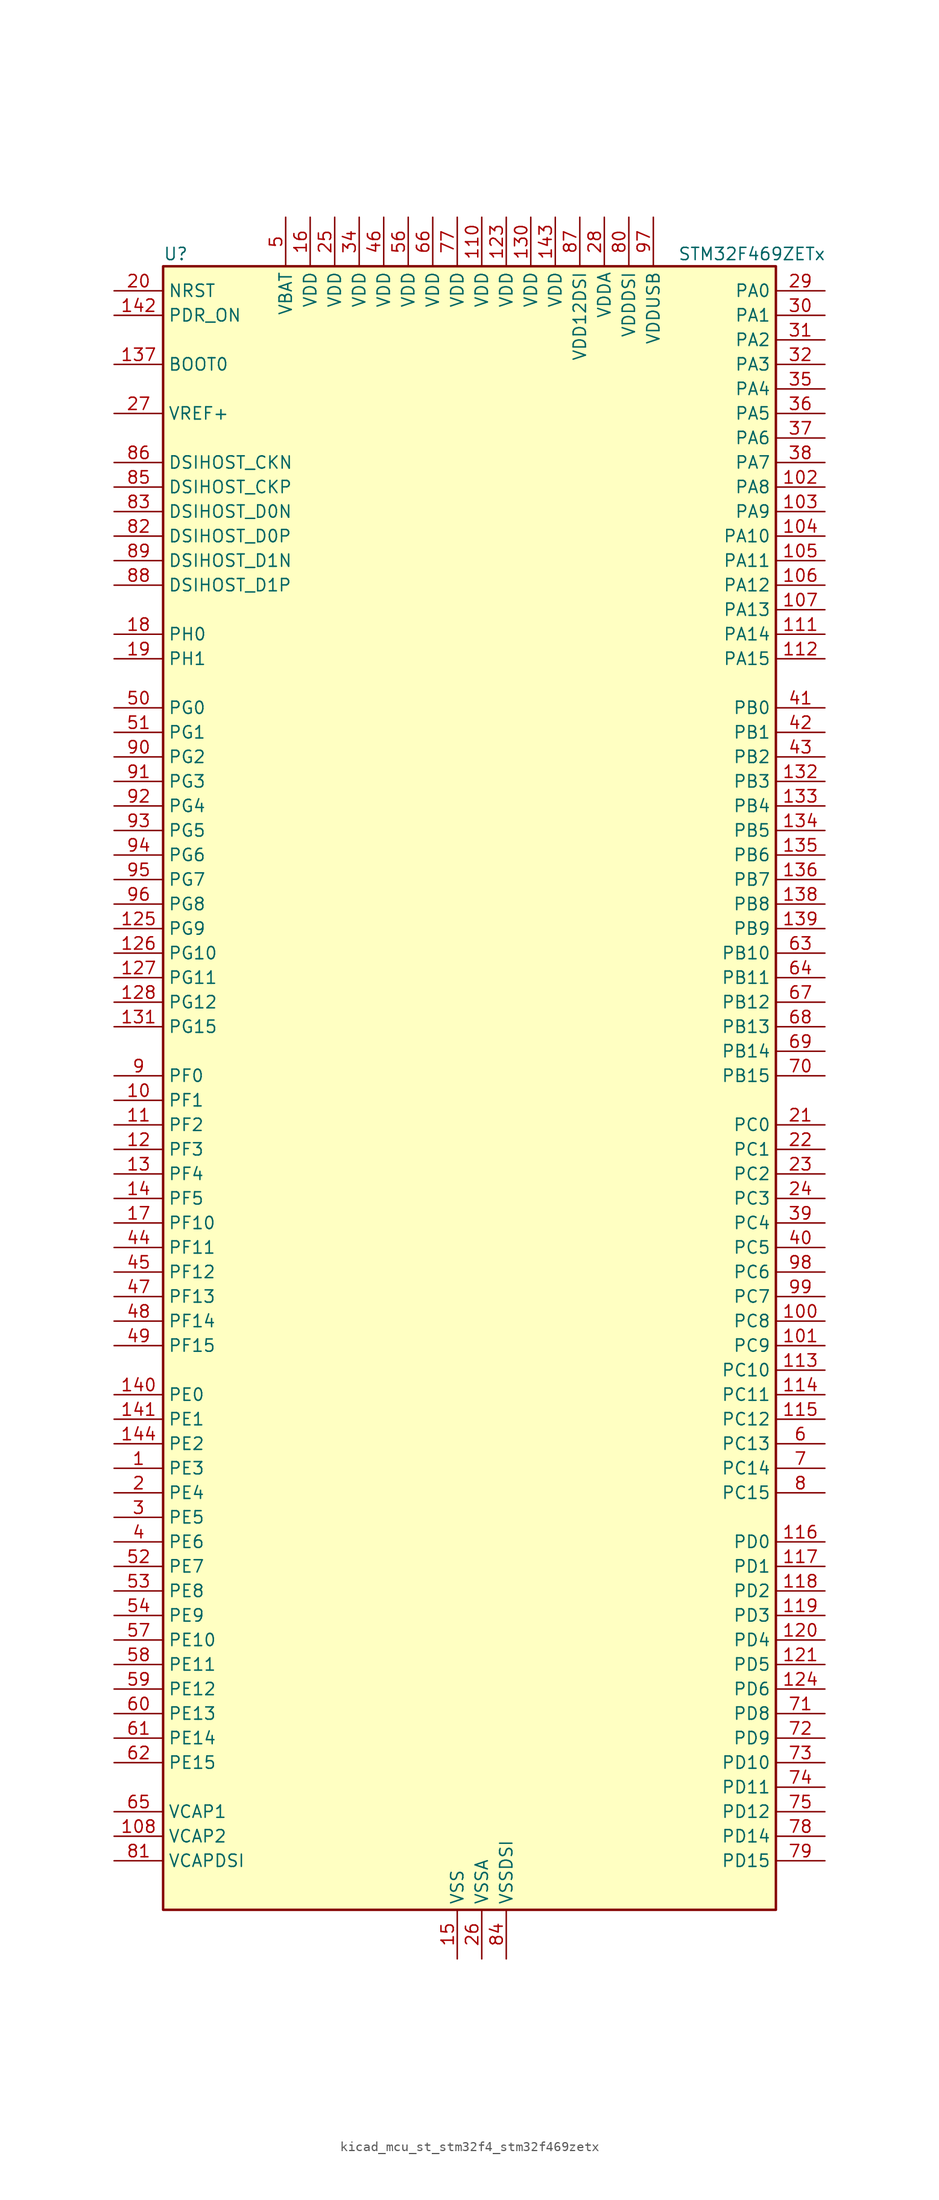
<source format=kicad_sym>
(kicad_symbol_lib
  (version 20220914)
  (generator kicad_symbol_editor)
  (symbol "kicad_mcu_st_stm32f4_stm32f469zetx"
    (property "Reference" "U"
      (at -30.48 87.63 0)
      (effects (font (size 1.27 1.27)) (justify left)))
    (property "Value" "STM32F469ZETx"
      (at 22.86 87.63 0)
      (effects (font (size 1.27 1.27)) (justify left)))
    (property "ki_locked" ""
      (at 0 0 0)
      (effects (font (size 1.27 1.27))))
    (symbol "kicad_mcu_st_stm32f4_stm32f469zetx_0_1"
      (rectangle (start -30.48 -83.82) (end 33.02 86.36) (stroke (width 0.254) (type default)) (fill (type background))))
    (symbol "kicad_mcu_st_stm32f4_stm32f469zetx_1_1"
      (pin bidirectional line (at -35.56 -38.1 0) (length 5.08) (name "PE3" (effects (font (size 1.27 1.27)))) (number "1" (effects (font (size 1.27 1.27)))) (alternate "FMC_A19" bidirectional line) (alternate "SAI1_SD_B" bidirectional line) (alternate "SYS_TRACED0" bidirectional line))
      (pin bidirectional line (at -35.56 0 0) (length 5.08) (name "PF1" (effects (font (size 1.27 1.27)))) (number "10" (effects (font (size 1.27 1.27)))) (alternate "FMC_A1" bidirectional line) (alternate "I2C2_SCL" bidirectional line))
      (pin bidirectional line (at 38.1 -22.86 180) (length 5.08) (name "PC8" (effects (font (size 1.27 1.27)))) (number "100" (effects (font (size 1.27 1.27)))) (alternate "DCMI_D2" bidirectional line) (alternate "SDIO_D0" bidirectional line) (alternate "SYS_TRACED1" bidirectional line) (alternate "TIM3_CH3" bidirectional line) (alternate "TIM8_CH3" bidirectional line) (alternate "USART6_CK" bidirectional line))
      (pin bidirectional line (at 38.1 -25.4 180) (length 5.08) (name "PC9" (effects (font (size 1.27 1.27)))) (number "101" (effects (font (size 1.27 1.27)))) (alternate "DAC_EXTI9" bidirectional line) (alternate "DCMI_D3" bidirectional line) (alternate "I2C3_SDA" bidirectional line) (alternate "I2S_CKIN" bidirectional line) (alternate "QUADSPI_BK1_IO0" bidirectional line) (alternate "RCC_MCO_2" bidirectional line) (alternate "SDIO_D1" bidirectional line) (alternate "TIM3_CH4" bidirectional line) (alternate "TIM8_CH4" bidirectional line))
      (pin bidirectional line (at 38.1 63.5 180) (length 5.08) (name "PA8" (effects (font (size 1.27 1.27)))) (number "102" (effects (font (size 1.27 1.27)))) (alternate "I2C3_SCL" bidirectional line) (alternate "LTDC_R6" bidirectional line) (alternate "RCC_MCO_1" bidirectional line) (alternate "TIM1_CH1" bidirectional line) (alternate "USART1_CK" bidirectional line) (alternate "USB_OTG_FS_SOF" bidirectional line))
      (pin bidirectional line (at 38.1 60.96 180) (length 5.08) (name "PA9" (effects (font (size 1.27 1.27)))) (number "103" (effects (font (size 1.27 1.27)))) (alternate "DAC_EXTI9" bidirectional line) (alternate "DCMI_D0" bidirectional line) (alternate "I2C3_SMBA" bidirectional line) (alternate "I2S2_CK" bidirectional line) (alternate "SPI2_SCK" bidirectional line) (alternate "TIM1_CH2" bidirectional line) (alternate "USART1_TX" bidirectional line) (alternate "USB_OTG_FS_VBUS" bidirectional line))
      (pin bidirectional line (at 38.1 58.42 180) (length 5.08) (name "PA10" (effects (font (size 1.27 1.27)))) (number "104" (effects (font (size 1.27 1.27)))) (alternate "DCMI_D1" bidirectional line) (alternate "TIM1_CH3" bidirectional line) (alternate "USART1_RX" bidirectional line) (alternate "USB_OTG_FS_ID" bidirectional line))
      (pin bidirectional line (at 38.1 55.88 180) (length 5.08) (name "PA11" (effects (font (size 1.27 1.27)))) (number "105" (effects (font (size 1.27 1.27)))) (alternate "ADC1_EXTI11" bidirectional line) (alternate "ADC2_EXTI11" bidirectional line) (alternate "ADC3_EXTI11" bidirectional line) (alternate "CAN1_RX" bidirectional line) (alternate "LTDC_R4" bidirectional line) (alternate "TIM1_CH4" bidirectional line) (alternate "USART1_CTS" bidirectional line) (alternate "USB_OTG_FS_DM" bidirectional line))
      (pin bidirectional line (at 38.1 53.34 180) (length 5.08) (name "PA12" (effects (font (size 1.27 1.27)))) (number "106" (effects (font (size 1.27 1.27)))) (alternate "CAN1_TX" bidirectional line) (alternate "LTDC_R5" bidirectional line) (alternate "TIM1_ETR" bidirectional line) (alternate "USART1_RTS" bidirectional line) (alternate "USB_OTG_FS_DP" bidirectional line))
      (pin bidirectional line (at 38.1 50.8 180) (length 5.08) (name "PA13" (effects (font (size 1.27 1.27)))) (number "107" (effects (font (size 1.27 1.27)))) (alternate "SYS_JTMS-SWDIO" bidirectional line))
      (pin power_out line (at -35.56 -76.2 0) (length 5.08) (name "VCAP2" (effects (font (size 1.27 1.27)))) (number "108" (effects (font (size 1.27 1.27)))))
      (pin passive line (at 0 -88.9 90) (length 5.08) hide (name "VSS" (effects (font (size 1.27 1.27)))) (number "109" (effects (font (size 1.27 1.27)))))
      (pin bidirectional line (at -35.56 -2.54 0) (length 5.08) (name "PF2" (effects (font (size 1.27 1.27)))) (number "11" (effects (font (size 1.27 1.27)))) (alternate "FMC_A2" bidirectional line) (alternate "I2C2_SMBA" bidirectional line))
      (pin power_in line (at 2.54 91.44 270) (length 5.08) (name "VDD" (effects (font (size 1.27 1.27)))) (number "110" (effects (font (size 1.27 1.27)))))
      (pin bidirectional line (at 38.1 48.26 180) (length 5.08) (name "PA14" (effects (font (size 1.27 1.27)))) (number "111" (effects (font (size 1.27 1.27)))) (alternate "SYS_JTCK-SWCLK" bidirectional line))
      (pin bidirectional line (at 38.1 45.72 180) (length 5.08) (name "PA15" (effects (font (size 1.27 1.27)))) (number "112" (effects (font (size 1.27 1.27)))) (alternate "ADC1_EXTI15" bidirectional line) (alternate "ADC2_EXTI15" bidirectional line) (alternate "ADC3_EXTI15" bidirectional line) (alternate "I2S3_WS" bidirectional line) (alternate "SPI1_NSS" bidirectional line) (alternate "SPI3_NSS" bidirectional line) (alternate "SYS_JTDI" bidirectional line) (alternate "TIM2_CH1" bidirectional line) (alternate "TIM2_ETR" bidirectional line))
      (pin bidirectional line (at 38.1 -27.94 180) (length 5.08) (name "PC10" (effects (font (size 1.27 1.27)))) (number "113" (effects (font (size 1.27 1.27)))) (alternate "DCMI_D8" bidirectional line) (alternate "I2S3_CK" bidirectional line) (alternate "LTDC_R2" bidirectional line) (alternate "QUADSPI_BK1_IO1" bidirectional line) (alternate "SDIO_D2" bidirectional line) (alternate "SPI3_SCK" bidirectional line) (alternate "UART4_TX" bidirectional line) (alternate "USART3_TX" bidirectional line))
      (pin bidirectional line (at 38.1 -30.48 180) (length 5.08) (name "PC11" (effects (font (size 1.27 1.27)))) (number "114" (effects (font (size 1.27 1.27)))) (alternate "ADC1_EXTI11" bidirectional line) (alternate "ADC2_EXTI11" bidirectional line) (alternate "ADC3_EXTI11" bidirectional line) (alternate "DCMI_D4" bidirectional line) (alternate "I2S3_ext_SD" bidirectional line) (alternate "QUADSPI_BK2_NCS" bidirectional line) (alternate "SDIO_D3" bidirectional line) (alternate "SPI3_MISO" bidirectional line) (alternate "UART4_RX" bidirectional line) (alternate "USART3_RX" bidirectional line))
      (pin bidirectional line (at 38.1 -33.02 180) (length 5.08) (name "PC12" (effects (font (size 1.27 1.27)))) (number "115" (effects (font (size 1.27 1.27)))) (alternate "DCMI_D9" bidirectional line) (alternate "I2S3_SD" bidirectional line) (alternate "SDIO_CK" bidirectional line) (alternate "SPI3_MOSI" bidirectional line) (alternate "SYS_TRACED3" bidirectional line) (alternate "UART5_TX" bidirectional line) (alternate "USART3_CK" bidirectional line))
      (pin bidirectional line (at 38.1 -45.72 180) (length 5.08) (name "PD0" (effects (font (size 1.27 1.27)))) (number "116" (effects (font (size 1.27 1.27)))) (alternate "CAN1_RX" bidirectional line) (alternate "FMC_D2" bidirectional line) (alternate "FMC_DA2" bidirectional line))
      (pin bidirectional line (at 38.1 -48.26 180) (length 5.08) (name "PD1" (effects (font (size 1.27 1.27)))) (number "117" (effects (font (size 1.27 1.27)))) (alternate "CAN1_TX" bidirectional line) (alternate "FMC_D3" bidirectional line) (alternate "FMC_DA3" bidirectional line))
      (pin bidirectional line (at 38.1 -50.8 180) (length 5.08) (name "PD2" (effects (font (size 1.27 1.27)))) (number "118" (effects (font (size 1.27 1.27)))) (alternate "DCMI_D11" bidirectional line) (alternate "SDIO_CMD" bidirectional line) (alternate "SYS_TRACED2" bidirectional line) (alternate "TIM3_ETR" bidirectional line) (alternate "UART5_RX" bidirectional line))
      (pin bidirectional line (at 38.1 -53.34 180) (length 5.08) (name "PD3" (effects (font (size 1.27 1.27)))) (number "119" (effects (font (size 1.27 1.27)))) (alternate "DCMI_D5" bidirectional line) (alternate "FMC_CLK" bidirectional line) (alternate "I2S2_CK" bidirectional line) (alternate "LTDC_G7" bidirectional line) (alternate "SPI2_SCK" bidirectional line) (alternate "USART2_CTS" bidirectional line))
      (pin bidirectional line (at -35.56 -5.08 0) (length 5.08) (name "PF3" (effects (font (size 1.27 1.27)))) (number "12" (effects (font (size 1.27 1.27)))) (alternate "ADC3_IN9" bidirectional line) (alternate "FMC_A3" bidirectional line))
      (pin bidirectional line (at 38.1 -55.88 180) (length 5.08) (name "PD4" (effects (font (size 1.27 1.27)))) (number "120" (effects (font (size 1.27 1.27)))) (alternate "FMC_NOE" bidirectional line) (alternate "USART2_RTS" bidirectional line))
      (pin bidirectional line (at 38.1 -58.42 180) (length 5.08) (name "PD5" (effects (font (size 1.27 1.27)))) (number "121" (effects (font (size 1.27 1.27)))) (alternate "FMC_NWE" bidirectional line) (alternate "USART2_TX" bidirectional line))
      (pin passive line (at 0 -88.9 90) (length 5.08) hide (name "VSS" (effects (font (size 1.27 1.27)))) (number "122" (effects (font (size 1.27 1.27)))))
      (pin power_in line (at 5.08 91.44 270) (length 5.08) (name "VDD" (effects (font (size 1.27 1.27)))) (number "123" (effects (font (size 1.27 1.27)))))
      (pin bidirectional line (at 38.1 -60.96 180) (length 5.08) (name "PD6" (effects (font (size 1.27 1.27)))) (number "124" (effects (font (size 1.27 1.27)))) (alternate "DCMI_D10" bidirectional line) (alternate "FMC_NWAIT" bidirectional line) (alternate "I2S3_SD" bidirectional line) (alternate "LTDC_B2" bidirectional line) (alternate "SAI1_SD_A" bidirectional line) (alternate "SPI3_MOSI" bidirectional line) (alternate "USART2_RX" bidirectional line))
      (pin bidirectional line (at -35.56 17.78 0) (length 5.08) (name "PG9" (effects (font (size 1.27 1.27)))) (number "125" (effects (font (size 1.27 1.27)))) (alternate "DAC_EXTI9" bidirectional line) (alternate "DCMI_VSYNC" bidirectional line) (alternate "FMC_NCE" bidirectional line) (alternate "FMC_NE2" bidirectional line) (alternate "QUADSPI_BK2_IO2" bidirectional line) (alternate "USART6_RX" bidirectional line))
      (pin bidirectional line (at -35.56 15.24 0) (length 5.08) (name "PG10" (effects (font (size 1.27 1.27)))) (number "126" (effects (font (size 1.27 1.27)))) (alternate "DCMI_D2" bidirectional line) (alternate "FMC_NE3" bidirectional line) (alternate "LTDC_B2" bidirectional line) (alternate "LTDC_G3" bidirectional line))
      (pin bidirectional line (at -35.56 12.7 0) (length 5.08) (name "PG11" (effects (font (size 1.27 1.27)))) (number "127" (effects (font (size 1.27 1.27)))) (alternate "ADC1_EXTI11" bidirectional line) (alternate "ADC2_EXTI11" bidirectional line) (alternate "ADC3_EXTI11" bidirectional line) (alternate "DCMI_D3" bidirectional line) (alternate "LTDC_B3" bidirectional line))
      (pin bidirectional line (at -35.56 10.16 0) (length 5.08) (name "PG12" (effects (font (size 1.27 1.27)))) (number "128" (effects (font (size 1.27 1.27)))) (alternate "FMC_NE4" bidirectional line) (alternate "LTDC_B1" bidirectional line) (alternate "LTDC_B4" bidirectional line) (alternate "USART6_RTS" bidirectional line))
      (pin passive line (at 0 -88.9 90) (length 5.08) hide (name "VSS" (effects (font (size 1.27 1.27)))) (number "129" (effects (font (size 1.27 1.27)))))
      (pin bidirectional line (at -35.56 -7.62 0) (length 5.08) (name "PF4" (effects (font (size 1.27 1.27)))) (number "13" (effects (font (size 1.27 1.27)))) (alternate "ADC3_IN14" bidirectional line) (alternate "FMC_A4" bidirectional line))
      (pin power_in line (at 7.62 91.44 270) (length 5.08) (name "VDD" (effects (font (size 1.27 1.27)))) (number "130" (effects (font (size 1.27 1.27)))))
      (pin bidirectional line (at -35.56 7.62 0) (length 5.08) (name "PG15" (effects (font (size 1.27 1.27)))) (number "131" (effects (font (size 1.27 1.27)))) (alternate "ADC1_EXTI15" bidirectional line) (alternate "ADC2_EXTI15" bidirectional line) (alternate "ADC3_EXTI15" bidirectional line) (alternate "DCMI_D13" bidirectional line) (alternate "FMC_SDNCAS" bidirectional line) (alternate "USART6_CTS" bidirectional line))
      (pin bidirectional line (at 38.1 33.02 180) (length 5.08) (name "PB3" (effects (font (size 1.27 1.27)))) (number "132" (effects (font (size 1.27 1.27)))) (alternate "I2S3_CK" bidirectional line) (alternate "SPI1_SCK" bidirectional line) (alternate "SPI3_SCK" bidirectional line) (alternate "SYS_JTDO-SWO" bidirectional line) (alternate "TIM2_CH2" bidirectional line))
      (pin bidirectional line (at 38.1 30.48 180) (length 5.08) (name "PB4" (effects (font (size 1.27 1.27)))) (number "133" (effects (font (size 1.27 1.27)))) (alternate "I2S3_ext_SD" bidirectional line) (alternate "SPI1_MISO" bidirectional line) (alternate "SPI3_MISO" bidirectional line) (alternate "SYS_JTRST" bidirectional line) (alternate "TIM3_CH1" bidirectional line))
      (pin bidirectional line (at 38.1 27.94 180) (length 5.08) (name "PB5" (effects (font (size 1.27 1.27)))) (number "134" (effects (font (size 1.27 1.27)))) (alternate "CAN2_RX" bidirectional line) (alternate "DCMI_D10" bidirectional line) (alternate "FMC_SDCKE1" bidirectional line) (alternate "I2C1_SMBA" bidirectional line) (alternate "I2S3_SD" bidirectional line) (alternate "LTDC_G7" bidirectional line) (alternate "SPI1_MOSI" bidirectional line) (alternate "SPI3_MOSI" bidirectional line) (alternate "TIM3_CH2" bidirectional line) (alternate "USB_OTG_HS_ULPI_D7" bidirectional line))
      (pin bidirectional line (at 38.1 25.4 180) (length 5.08) (name "PB6" (effects (font (size 1.27 1.27)))) (number "135" (effects (font (size 1.27 1.27)))) (alternate "CAN2_TX" bidirectional line) (alternate "DCMI_D5" bidirectional line) (alternate "FMC_SDNE1" bidirectional line) (alternate "I2C1_SCL" bidirectional line) (alternate "QUADSPI_BK1_NCS" bidirectional line) (alternate "TIM4_CH1" bidirectional line) (alternate "USART1_TX" bidirectional line))
      (pin bidirectional line (at 38.1 22.86 180) (length 5.08) (name "PB7" (effects (font (size 1.27 1.27)))) (number "136" (effects (font (size 1.27 1.27)))) (alternate "DCMI_VSYNC" bidirectional line) (alternate "FMC_NL" bidirectional line) (alternate "I2C1_SDA" bidirectional line) (alternate "TIM4_CH2" bidirectional line) (alternate "USART1_RX" bidirectional line))
      (pin input line (at -35.56 76.2 0) (length 5.08) (name "BOOT0" (effects (font (size 1.27 1.27)))) (number "137" (effects (font (size 1.27 1.27)))))
      (pin bidirectional line (at 38.1 20.32 180) (length 5.08) (name "PB8" (effects (font (size 1.27 1.27)))) (number "138" (effects (font (size 1.27 1.27)))) (alternate "CAN1_RX" bidirectional line) (alternate "DCMI_D6" bidirectional line) (alternate "I2C1_SCL" bidirectional line) (alternate "LTDC_B6" bidirectional line) (alternate "SDIO_D4" bidirectional line) (alternate "TIM10_CH1" bidirectional line) (alternate "TIM4_CH3" bidirectional line))
      (pin bidirectional line (at 38.1 17.78 180) (length 5.08) (name "PB9" (effects (font (size 1.27 1.27)))) (number "139" (effects (font (size 1.27 1.27)))) (alternate "CAN1_TX" bidirectional line) (alternate "DAC_EXTI9" bidirectional line) (alternate "DCMI_D7" bidirectional line) (alternate "I2C1_SDA" bidirectional line) (alternate "I2S2_WS" bidirectional line) (alternate "LTDC_B7" bidirectional line) (alternate "SDIO_D5" bidirectional line) (alternate "SPI2_NSS" bidirectional line) (alternate "TIM11_CH1" bidirectional line) (alternate "TIM4_CH4" bidirectional line))
      (pin bidirectional line (at -35.56 -10.16 0) (length 5.08) (name "PF5" (effects (font (size 1.27 1.27)))) (number "14" (effects (font (size 1.27 1.27)))) (alternate "ADC3_IN15" bidirectional line) (alternate "FMC_A5" bidirectional line))
      (pin bidirectional line (at -35.56 -30.48 0) (length 5.08) (name "PE0" (effects (font (size 1.27 1.27)))) (number "140" (effects (font (size 1.27 1.27)))) (alternate "DCMI_D2" bidirectional line) (alternate "FMC_NBL0" bidirectional line) (alternate "TIM4_ETR" bidirectional line) (alternate "UART8_RX" bidirectional line))
      (pin bidirectional line (at -35.56 -33.02 0) (length 5.08) (name "PE1" (effects (font (size 1.27 1.27)))) (number "141" (effects (font (size 1.27 1.27)))) (alternate "DCMI_D3" bidirectional line) (alternate "FMC_NBL1" bidirectional line) (alternate "UART8_TX" bidirectional line))
      (pin input line (at -35.56 81.28 0) (length 5.08) (name "PDR_ON" (effects (font (size 1.27 1.27)))) (number "142" (effects (font (size 1.27 1.27)))))
      (pin power_in line (at 10.16 91.44 270) (length 5.08) (name "VDD" (effects (font (size 1.27 1.27)))) (number "143" (effects (font (size 1.27 1.27)))))
      (pin bidirectional line (at -35.56 -35.56 0) (length 5.08) (name "PE2" (effects (font (size 1.27 1.27)))) (number "144" (effects (font (size 1.27 1.27)))) (alternate "FMC_A23" bidirectional line) (alternate "QUADSPI_BK1_IO2" bidirectional line) (alternate "SAI1_MCLK_A" bidirectional line) (alternate "SPI4_SCK" bidirectional line) (alternate "SYS_TRACECLK" bidirectional line))
      (pin power_in line (at 0 -88.9 90) (length 5.08) (name "VSS" (effects (font (size 1.27 1.27)))) (number "15" (effects (font (size 1.27 1.27)))))
      (pin power_in line (at -15.24 91.44 270) (length 5.08) (name "VDD" (effects (font (size 1.27 1.27)))) (number "16" (effects (font (size 1.27 1.27)))))
      (pin bidirectional line (at -35.56 -12.7 0) (length 5.08) (name "PF10" (effects (font (size 1.27 1.27)))) (number "17" (effects (font (size 1.27 1.27)))) (alternate "ADC3_IN8" bidirectional line) (alternate "DCMI_D11" bidirectional line) (alternate "LTDC_DE" bidirectional line) (alternate "QUADSPI_CLK" bidirectional line))
      (pin bidirectional line (at -35.56 48.26 0) (length 5.08) (name "PH0" (effects (font (size 1.27 1.27)))) (number "18" (effects (font (size 1.27 1.27)))) (alternate "RCC_OSC_IN" bidirectional line))
      (pin bidirectional line (at -35.56 45.72 0) (length 5.08) (name "PH1" (effects (font (size 1.27 1.27)))) (number "19" (effects (font (size 1.27 1.27)))) (alternate "RCC_OSC_OUT" bidirectional line))
      (pin bidirectional line (at -35.56 -40.64 0) (length 5.08) (name "PE4" (effects (font (size 1.27 1.27)))) (number "2" (effects (font (size 1.27 1.27)))) (alternate "DCMI_D4" bidirectional line) (alternate "FMC_A20" bidirectional line) (alternate "LTDC_B0" bidirectional line) (alternate "SAI1_FS_A" bidirectional line) (alternate "SPI4_NSS" bidirectional line) (alternate "SYS_TRACED1" bidirectional line))
      (pin input line (at -35.56 83.82 0) (length 5.08) (name "NRST" (effects (font (size 1.27 1.27)))) (number "20" (effects (font (size 1.27 1.27)))))
      (pin bidirectional line (at 38.1 -2.54 180) (length 5.08) (name "PC0" (effects (font (size 1.27 1.27)))) (number "21" (effects (font (size 1.27 1.27)))) (alternate "ADC1_IN10" bidirectional line) (alternate "ADC2_IN10" bidirectional line) (alternate "ADC3_IN10" bidirectional line) (alternate "FMC_SDNWE" bidirectional line) (alternate "LTDC_R5" bidirectional line) (alternate "USB_OTG_HS_ULPI_STP" bidirectional line))
      (pin bidirectional line (at 38.1 -5.08 180) (length 5.08) (name "PC1" (effects (font (size 1.27 1.27)))) (number "22" (effects (font (size 1.27 1.27)))) (alternate "ADC1_IN11" bidirectional line) (alternate "ADC2_IN11" bidirectional line) (alternate "ADC3_IN11" bidirectional line) (alternate "I2S2_SD" bidirectional line) (alternate "SAI1_SD_A" bidirectional line) (alternate "SPI2_MOSI" bidirectional line) (alternate "SYS_TRACED0" bidirectional line))
      (pin bidirectional line (at 38.1 -7.62 180) (length 5.08) (name "PC2" (effects (font (size 1.27 1.27)))) (number "23" (effects (font (size 1.27 1.27)))) (alternate "ADC1_IN12" bidirectional line) (alternate "ADC2_IN12" bidirectional line) (alternate "ADC3_IN12" bidirectional line) (alternate "FMC_SDNE0" bidirectional line) (alternate "I2S2_ext_SD" bidirectional line) (alternate "SPI2_MISO" bidirectional line) (alternate "USB_OTG_HS_ULPI_DIR" bidirectional line))
      (pin bidirectional line (at 38.1 -10.16 180) (length 5.08) (name "PC3" (effects (font (size 1.27 1.27)))) (number "24" (effects (font (size 1.27 1.27)))) (alternate "ADC1_IN13" bidirectional line) (alternate "ADC2_IN13" bidirectional line) (alternate "ADC3_IN13" bidirectional line) (alternate "FMC_SDCKE0" bidirectional line) (alternate "I2S2_SD" bidirectional line) (alternate "SPI2_MOSI" bidirectional line) (alternate "USB_OTG_HS_ULPI_NXT" bidirectional line))
      (pin power_in line (at -12.7 91.44 270) (length 5.08) (name "VDD" (effects (font (size 1.27 1.27)))) (number "25" (effects (font (size 1.27 1.27)))))
      (pin power_in line (at 2.54 -88.9 90) (length 5.08) (name "VSSA" (effects (font (size 1.27 1.27)))) (number "26" (effects (font (size 1.27 1.27)))))
      (pin input line (at -35.56 71.12 0) (length 5.08) (name "VREF+" (effects (font (size 1.27 1.27)))) (number "27" (effects (font (size 1.27 1.27)))))
      (pin power_in line (at 15.24 91.44 270) (length 5.08) (name "VDDA" (effects (font (size 1.27 1.27)))) (number "28" (effects (font (size 1.27 1.27)))))
      (pin bidirectional line (at 38.1 83.82 180) (length 5.08) (name "PA0" (effects (font (size 1.27 1.27)))) (number "29" (effects (font (size 1.27 1.27)))) (alternate "ADC1_IN0" bidirectional line) (alternate "ADC2_IN0" bidirectional line) (alternate "ADC3_IN0" bidirectional line) (alternate "SYS_WKUP" bidirectional line) (alternate "TIM2_CH1" bidirectional line) (alternate "TIM2_ETR" bidirectional line) (alternate "TIM5_CH1" bidirectional line) (alternate "TIM8_ETR" bidirectional line) (alternate "UART4_TX" bidirectional line) (alternate "USART2_CTS" bidirectional line))
      (pin bidirectional line (at -35.56 -43.18 0) (length 5.08) (name "PE5" (effects (font (size 1.27 1.27)))) (number "3" (effects (font (size 1.27 1.27)))) (alternate "DCMI_D6" bidirectional line) (alternate "FMC_A21" bidirectional line) (alternate "LTDC_G0" bidirectional line) (alternate "SAI1_SCK_A" bidirectional line) (alternate "SPI4_MISO" bidirectional line) (alternate "SYS_TRACED2" bidirectional line) (alternate "TIM9_CH1" bidirectional line))
      (pin bidirectional line (at 38.1 81.28 180) (length 5.08) (name "PA1" (effects (font (size 1.27 1.27)))) (number "30" (effects (font (size 1.27 1.27)))) (alternate "ADC1_IN1" bidirectional line) (alternate "ADC2_IN1" bidirectional line) (alternate "ADC3_IN1" bidirectional line) (alternate "LTDC_R2" bidirectional line) (alternate "QUADSPI_BK1_IO3" bidirectional line) (alternate "TIM2_CH2" bidirectional line) (alternate "TIM5_CH2" bidirectional line) (alternate "UART4_RX" bidirectional line) (alternate "USART2_RTS" bidirectional line))
      (pin bidirectional line (at 38.1 78.74 180) (length 5.08) (name "PA2" (effects (font (size 1.27 1.27)))) (number "31" (effects (font (size 1.27 1.27)))) (alternate "ADC1_IN2" bidirectional line) (alternate "ADC2_IN2" bidirectional line) (alternate "ADC3_IN2" bidirectional line) (alternate "LTDC_R1" bidirectional line) (alternate "TIM2_CH3" bidirectional line) (alternate "TIM5_CH3" bidirectional line) (alternate "TIM9_CH1" bidirectional line) (alternate "USART2_TX" bidirectional line))
      (pin bidirectional line (at 38.1 76.2 180) (length 5.08) (name "PA3" (effects (font (size 1.27 1.27)))) (number "32" (effects (font (size 1.27 1.27)))) (alternate "ADC1_IN3" bidirectional line) (alternate "ADC2_IN3" bidirectional line) (alternate "ADC3_IN3" bidirectional line) (alternate "LTDC_B2" bidirectional line) (alternate "LTDC_B5" bidirectional line) (alternate "TIM2_CH4" bidirectional line) (alternate "TIM5_CH4" bidirectional line) (alternate "TIM9_CH2" bidirectional line) (alternate "USART2_RX" bidirectional line) (alternate "USB_OTG_HS_ULPI_D0" bidirectional line))
      (pin passive line (at 0 -88.9 90) (length 5.08) hide (name "VSS" (effects (font (size 1.27 1.27)))) (number "33" (effects (font (size 1.27 1.27)))))
      (pin power_in line (at -10.16 91.44 270) (length 5.08) (name "VDD" (effects (font (size 1.27 1.27)))) (number "34" (effects (font (size 1.27 1.27)))))
      (pin bidirectional line (at 38.1 73.66 180) (length 5.08) (name "PA4" (effects (font (size 1.27 1.27)))) (number "35" (effects (font (size 1.27 1.27)))) (alternate "ADC1_IN4" bidirectional line) (alternate "ADC2_IN4" bidirectional line) (alternate "DAC_OUT1" bidirectional line) (alternate "DCMI_HSYNC" bidirectional line) (alternate "I2S3_WS" bidirectional line) (alternate "LTDC_VSYNC" bidirectional line) (alternate "SPI1_NSS" bidirectional line) (alternate "SPI3_NSS" bidirectional line) (alternate "USART2_CK" bidirectional line) (alternate "USB_OTG_HS_SOF" bidirectional line))
      (pin bidirectional line (at 38.1 71.12 180) (length 5.08) (name "PA5" (effects (font (size 1.27 1.27)))) (number "36" (effects (font (size 1.27 1.27)))) (alternate "ADC1_IN5" bidirectional line) (alternate "ADC2_IN5" bidirectional line) (alternate "DAC_OUT2" bidirectional line) (alternate "LTDC_R4" bidirectional line) (alternate "SPI1_SCK" bidirectional line) (alternate "TIM2_CH1" bidirectional line) (alternate "TIM2_ETR" bidirectional line) (alternate "TIM8_CH1N" bidirectional line) (alternate "USB_OTG_HS_ULPI_CK" bidirectional line))
      (pin bidirectional line (at 38.1 68.58 180) (length 5.08) (name "PA6" (effects (font (size 1.27 1.27)))) (number "37" (effects (font (size 1.27 1.27)))) (alternate "ADC1_IN6" bidirectional line) (alternate "ADC2_IN6" bidirectional line) (alternate "DCMI_PIXCLK" bidirectional line) (alternate "LTDC_G2" bidirectional line) (alternate "SPI1_MISO" bidirectional line) (alternate "TIM13_CH1" bidirectional line) (alternate "TIM1_BKIN" bidirectional line) (alternate "TIM3_CH1" bidirectional line) (alternate "TIM8_BKIN" bidirectional line))
      (pin bidirectional line (at 38.1 66.04 180) (length 5.08) (name "PA7" (effects (font (size 1.27 1.27)))) (number "38" (effects (font (size 1.27 1.27)))) (alternate "ADC1_IN7" bidirectional line) (alternate "ADC2_IN7" bidirectional line) (alternate "FMC_SDNWE" bidirectional line) (alternate "QUADSPI_CLK" bidirectional line) (alternate "SPI1_MOSI" bidirectional line) (alternate "TIM14_CH1" bidirectional line) (alternate "TIM1_CH1N" bidirectional line) (alternate "TIM3_CH2" bidirectional line) (alternate "TIM8_CH1N" bidirectional line))
      (pin bidirectional line (at 38.1 -12.7 180) (length 5.08) (name "PC4" (effects (font (size 1.27 1.27)))) (number "39" (effects (font (size 1.27 1.27)))) (alternate "ADC1_IN14" bidirectional line) (alternate "ADC2_IN14" bidirectional line) (alternate "FMC_SDNE0" bidirectional line))
      (pin bidirectional line (at -35.56 -45.72 0) (length 5.08) (name "PE6" (effects (font (size 1.27 1.27)))) (number "4" (effects (font (size 1.27 1.27)))) (alternate "DCMI_D7" bidirectional line) (alternate "FMC_A22" bidirectional line) (alternate "LTDC_G1" bidirectional line) (alternate "SAI1_SD_A" bidirectional line) (alternate "SPI4_MOSI" bidirectional line) (alternate "SYS_TRACED3" bidirectional line) (alternate "TIM9_CH2" bidirectional line))
      (pin bidirectional line (at 38.1 -15.24 180) (length 5.08) (name "PC5" (effects (font (size 1.27 1.27)))) (number "40" (effects (font (size 1.27 1.27)))) (alternate "ADC1_IN15" bidirectional line) (alternate "ADC2_IN15" bidirectional line) (alternate "FMC_SDCKE0" bidirectional line))
      (pin bidirectional line (at 38.1 40.64 180) (length 5.08) (name "PB0" (effects (font (size 1.27 1.27)))) (number "41" (effects (font (size 1.27 1.27)))) (alternate "ADC1_IN8" bidirectional line) (alternate "ADC2_IN8" bidirectional line) (alternate "LTDC_G1" bidirectional line) (alternate "LTDC_R3" bidirectional line) (alternate "TIM1_CH2N" bidirectional line) (alternate "TIM3_CH3" bidirectional line) (alternate "TIM8_CH2N" bidirectional line) (alternate "USB_OTG_HS_ULPI_D1" bidirectional line))
      (pin bidirectional line (at 38.1 38.1 180) (length 5.08) (name "PB1" (effects (font (size 1.27 1.27)))) (number "42" (effects (font (size 1.27 1.27)))) (alternate "ADC1_IN9" bidirectional line) (alternate "ADC2_IN9" bidirectional line) (alternate "LTDC_G0" bidirectional line) (alternate "LTDC_R6" bidirectional line) (alternate "TIM1_CH3N" bidirectional line) (alternate "TIM3_CH4" bidirectional line) (alternate "TIM8_CH3N" bidirectional line) (alternate "USB_OTG_HS_ULPI_D2" bidirectional line))
      (pin bidirectional line (at 38.1 35.56 180) (length 5.08) (name "PB2" (effects (font (size 1.27 1.27)))) (number "43" (effects (font (size 1.27 1.27)))))
      (pin bidirectional line (at -35.56 -15.24 0) (length 5.08) (name "PF11" (effects (font (size 1.27 1.27)))) (number "44" (effects (font (size 1.27 1.27)))) (alternate "ADC1_EXTI11" bidirectional line) (alternate "ADC2_EXTI11" bidirectional line) (alternate "ADC3_EXTI11" bidirectional line) (alternate "DCMI_D12" bidirectional line) (alternate "FMC_SDNRAS" bidirectional line))
      (pin bidirectional line (at -35.56 -17.78 0) (length 5.08) (name "PF12" (effects (font (size 1.27 1.27)))) (number "45" (effects (font (size 1.27 1.27)))) (alternate "FMC_A6" bidirectional line))
      (pin power_in line (at -7.62 91.44 270) (length 5.08) (name "VDD" (effects (font (size 1.27 1.27)))) (number "46" (effects (font (size 1.27 1.27)))))
      (pin bidirectional line (at -35.56 -20.32 0) (length 5.08) (name "PF13" (effects (font (size 1.27 1.27)))) (number "47" (effects (font (size 1.27 1.27)))) (alternate "FMC_A7" bidirectional line))
      (pin bidirectional line (at -35.56 -22.86 0) (length 5.08) (name "PF14" (effects (font (size 1.27 1.27)))) (number "48" (effects (font (size 1.27 1.27)))) (alternate "FMC_A8" bidirectional line))
      (pin bidirectional line (at -35.56 -25.4 0) (length 5.08) (name "PF15" (effects (font (size 1.27 1.27)))) (number "49" (effects (font (size 1.27 1.27)))) (alternate "ADC1_EXTI15" bidirectional line) (alternate "ADC2_EXTI15" bidirectional line) (alternate "ADC3_EXTI15" bidirectional line) (alternate "FMC_A9" bidirectional line))
      (pin power_in line (at -17.78 91.44 270) (length 5.08) (name "VBAT" (effects (font (size 1.27 1.27)))) (number "5" (effects (font (size 1.27 1.27)))))
      (pin bidirectional line (at -35.56 40.64 0) (length 5.08) (name "PG0" (effects (font (size 1.27 1.27)))) (number "50" (effects (font (size 1.27 1.27)))) (alternate "FMC_A10" bidirectional line))
      (pin bidirectional line (at -35.56 38.1 0) (length 5.08) (name "PG1" (effects (font (size 1.27 1.27)))) (number "51" (effects (font (size 1.27 1.27)))) (alternate "FMC_A11" bidirectional line))
      (pin bidirectional line (at -35.56 -48.26 0) (length 5.08) (name "PE7" (effects (font (size 1.27 1.27)))) (number "52" (effects (font (size 1.27 1.27)))) (alternate "FMC_D4" bidirectional line) (alternate "FMC_DA4" bidirectional line) (alternate "QUADSPI_BK2_IO0" bidirectional line) (alternate "TIM1_ETR" bidirectional line) (alternate "UART7_RX" bidirectional line))
      (pin bidirectional line (at -35.56 -50.8 0) (length 5.08) (name "PE8" (effects (font (size 1.27 1.27)))) (number "53" (effects (font (size 1.27 1.27)))) (alternate "FMC_D5" bidirectional line) (alternate "FMC_DA5" bidirectional line) (alternate "QUADSPI_BK2_IO1" bidirectional line) (alternate "TIM1_CH1N" bidirectional line) (alternate "UART7_TX" bidirectional line))
      (pin bidirectional line (at -35.56 -53.34 0) (length 5.08) (name "PE9" (effects (font (size 1.27 1.27)))) (number "54" (effects (font (size 1.27 1.27)))) (alternate "DAC_EXTI9" bidirectional line) (alternate "FMC_D6" bidirectional line) (alternate "FMC_DA6" bidirectional line) (alternate "QUADSPI_BK2_IO2" bidirectional line) (alternate "TIM1_CH1" bidirectional line))
      (pin passive line (at 0 -88.9 90) (length 5.08) hide (name "VSS" (effects (font (size 1.27 1.27)))) (number "55" (effects (font (size 1.27 1.27)))))
      (pin power_in line (at -5.08 91.44 270) (length 5.08) (name "VDD" (effects (font (size 1.27 1.27)))) (number "56" (effects (font (size 1.27 1.27)))))
      (pin bidirectional line (at -35.56 -55.88 0) (length 5.08) (name "PE10" (effects (font (size 1.27 1.27)))) (number "57" (effects (font (size 1.27 1.27)))) (alternate "FMC_D7" bidirectional line) (alternate "FMC_DA7" bidirectional line) (alternate "QUADSPI_BK2_IO3" bidirectional line) (alternate "TIM1_CH2N" bidirectional line))
      (pin bidirectional line (at -35.56 -58.42 0) (length 5.08) (name "PE11" (effects (font (size 1.27 1.27)))) (number "58" (effects (font (size 1.27 1.27)))) (alternate "ADC1_EXTI11" bidirectional line) (alternate "ADC2_EXTI11" bidirectional line) (alternate "ADC3_EXTI11" bidirectional line) (alternate "FMC_D8" bidirectional line) (alternate "FMC_DA8" bidirectional line) (alternate "LTDC_G3" bidirectional line) (alternate "SPI4_NSS" bidirectional line) (alternate "TIM1_CH2" bidirectional line))
      (pin bidirectional line (at -35.56 -60.96 0) (length 5.08) (name "PE12" (effects (font (size 1.27 1.27)))) (number "59" (effects (font (size 1.27 1.27)))) (alternate "FMC_D9" bidirectional line) (alternate "FMC_DA9" bidirectional line) (alternate "LTDC_B4" bidirectional line) (alternate "SPI4_SCK" bidirectional line) (alternate "TIM1_CH3N" bidirectional line))
      (pin bidirectional line (at 38.1 -35.56 180) (length 5.08) (name "PC13" (effects (font (size 1.27 1.27)))) (number "6" (effects (font (size 1.27 1.27)))) (alternate "RTC_AF1" bidirectional line))
      (pin bidirectional line (at -35.56 -63.5 0) (length 5.08) (name "PE13" (effects (font (size 1.27 1.27)))) (number "60" (effects (font (size 1.27 1.27)))) (alternate "FMC_D10" bidirectional line) (alternate "FMC_DA10" bidirectional line) (alternate "LTDC_DE" bidirectional line) (alternate "SPI4_MISO" bidirectional line) (alternate "TIM1_CH3" bidirectional line))
      (pin bidirectional line (at -35.56 -66.04 0) (length 5.08) (name "PE14" (effects (font (size 1.27 1.27)))) (number "61" (effects (font (size 1.27 1.27)))) (alternate "FMC_D11" bidirectional line) (alternate "FMC_DA11" bidirectional line) (alternate "LTDC_CLK" bidirectional line) (alternate "SPI4_MOSI" bidirectional line) (alternate "TIM1_CH4" bidirectional line))
      (pin bidirectional line (at -35.56 -68.58 0) (length 5.08) (name "PE15" (effects (font (size 1.27 1.27)))) (number "62" (effects (font (size 1.27 1.27)))) (alternate "ADC1_EXTI15" bidirectional line) (alternate "ADC2_EXTI15" bidirectional line) (alternate "ADC3_EXTI15" bidirectional line) (alternate "FMC_D12" bidirectional line) (alternate "FMC_DA12" bidirectional line) (alternate "LTDC_R7" bidirectional line) (alternate "TIM1_BKIN" bidirectional line))
      (pin bidirectional line (at 38.1 15.24 180) (length 5.08) (name "PB10" (effects (font (size 1.27 1.27)))) (number "63" (effects (font (size 1.27 1.27)))) (alternate "I2C2_SCL" bidirectional line) (alternate "I2S2_CK" bidirectional line) (alternate "LTDC_G4" bidirectional line) (alternate "QUADSPI_BK1_NCS" bidirectional line) (alternate "SPI2_SCK" bidirectional line) (alternate "TIM2_CH3" bidirectional line) (alternate "USART3_TX" bidirectional line) (alternate "USB_OTG_HS_ULPI_D3" bidirectional line))
      (pin bidirectional line (at 38.1 12.7 180) (length 5.08) (name "PB11" (effects (font (size 1.27 1.27)))) (number "64" (effects (font (size 1.27 1.27)))) (alternate "ADC1_EXTI11" bidirectional line) (alternate "ADC2_EXTI11" bidirectional line) (alternate "ADC3_EXTI11" bidirectional line) (alternate "DSIHOST_TE" bidirectional line) (alternate "I2C2_SDA" bidirectional line) (alternate "LTDC_G5" bidirectional line) (alternate "TIM2_CH4" bidirectional line) (alternate "USART3_RX" bidirectional line) (alternate "USB_OTG_HS_ULPI_D4" bidirectional line))
      (pin power_out line (at -35.56 -73.66 0) (length 5.08) (name "VCAP1" (effects (font (size 1.27 1.27)))) (number "65" (effects (font (size 1.27 1.27)))))
      (pin power_in line (at -2.54 91.44 270) (length 5.08) (name "VDD" (effects (font (size 1.27 1.27)))) (number "66" (effects (font (size 1.27 1.27)))))
      (pin bidirectional line (at 38.1 10.16 180) (length 5.08) (name "PB12" (effects (font (size 1.27 1.27)))) (number "67" (effects (font (size 1.27 1.27)))) (alternate "CAN2_RX" bidirectional line) (alternate "I2C2_SMBA" bidirectional line) (alternate "I2S2_WS" bidirectional line) (alternate "SPI2_NSS" bidirectional line) (alternate "TIM1_BKIN" bidirectional line) (alternate "USART3_CK" bidirectional line) (alternate "USB_OTG_HS_ID" bidirectional line) (alternate "USB_OTG_HS_ULPI_D5" bidirectional line))
      (pin bidirectional line (at 38.1 7.62 180) (length 5.08) (name "PB13" (effects (font (size 1.27 1.27)))) (number "68" (effects (font (size 1.27 1.27)))) (alternate "CAN2_TX" bidirectional line) (alternate "I2S2_CK" bidirectional line) (alternate "SPI2_SCK" bidirectional line) (alternate "TIM1_CH1N" bidirectional line) (alternate "USART3_CTS" bidirectional line) (alternate "USB_OTG_HS_ULPI_D6" bidirectional line) (alternate "USB_OTG_HS_VBUS" bidirectional line))
      (pin bidirectional line (at 38.1 5.08 180) (length 5.08) (name "PB14" (effects (font (size 1.27 1.27)))) (number "69" (effects (font (size 1.27 1.27)))) (alternate "I2S2_ext_SD" bidirectional line) (alternate "SPI2_MISO" bidirectional line) (alternate "TIM12_CH1" bidirectional line) (alternate "TIM1_CH2N" bidirectional line) (alternate "TIM8_CH2N" bidirectional line) (alternate "USART3_RTS" bidirectional line) (alternate "USB_OTG_HS_DM" bidirectional line))
      (pin bidirectional line (at 38.1 -38.1 180) (length 5.08) (name "PC14" (effects (font (size 1.27 1.27)))) (number "7" (effects (font (size 1.27 1.27)))) (alternate "RCC_OSC32_IN" bidirectional line))
      (pin bidirectional line (at 38.1 2.54 180) (length 5.08) (name "PB15" (effects (font (size 1.27 1.27)))) (number "70" (effects (font (size 1.27 1.27)))) (alternate "ADC1_EXTI15" bidirectional line) (alternate "ADC2_EXTI15" bidirectional line) (alternate "ADC3_EXTI15" bidirectional line) (alternate "I2S2_SD" bidirectional line) (alternate "RTC_REFIN" bidirectional line) (alternate "SPI2_MOSI" bidirectional line) (alternate "TIM12_CH2" bidirectional line) (alternate "TIM1_CH3N" bidirectional line) (alternate "TIM8_CH3N" bidirectional line) (alternate "USB_OTG_HS_DP" bidirectional line))
      (pin bidirectional line (at 38.1 -63.5 180) (length 5.08) (name "PD8" (effects (font (size 1.27 1.27)))) (number "71" (effects (font (size 1.27 1.27)))) (alternate "FMC_D13" bidirectional line) (alternate "FMC_DA13" bidirectional line) (alternate "USART3_TX" bidirectional line))
      (pin bidirectional line (at 38.1 -66.04 180) (length 5.08) (name "PD9" (effects (font (size 1.27 1.27)))) (number "72" (effects (font (size 1.27 1.27)))) (alternate "DAC_EXTI9" bidirectional line) (alternate "FMC_D14" bidirectional line) (alternate "FMC_DA14" bidirectional line) (alternate "USART3_RX" bidirectional line))
      (pin bidirectional line (at 38.1 -68.58 180) (length 5.08) (name "PD10" (effects (font (size 1.27 1.27)))) (number "73" (effects (font (size 1.27 1.27)))) (alternate "FMC_D15" bidirectional line) (alternate "FMC_DA15" bidirectional line) (alternate "LTDC_B3" bidirectional line) (alternate "USART3_CK" bidirectional line))
      (pin bidirectional line (at 38.1 -71.12 180) (length 5.08) (name "PD11" (effects (font (size 1.27 1.27)))) (number "74" (effects (font (size 1.27 1.27)))) (alternate "ADC1_EXTI11" bidirectional line) (alternate "ADC2_EXTI11" bidirectional line) (alternate "ADC3_EXTI11" bidirectional line) (alternate "FMC_A16" bidirectional line) (alternate "FMC_CLE" bidirectional line) (alternate "QUADSPI_BK1_IO0" bidirectional line) (alternate "USART3_CTS" bidirectional line))
      (pin bidirectional line (at 38.1 -73.66 180) (length 5.08) (name "PD12" (effects (font (size 1.27 1.27)))) (number "75" (effects (font (size 1.27 1.27)))) (alternate "FMC_A17" bidirectional line) (alternate "FMC_ALE" bidirectional line) (alternate "QUADSPI_BK1_IO1" bidirectional line) (alternate "TIM4_CH1" bidirectional line) (alternate "USART3_RTS" bidirectional line))
      (pin passive line (at 0 -88.9 90) (length 5.08) hide (name "VSS" (effects (font (size 1.27 1.27)))) (number "76" (effects (font (size 1.27 1.27)))))
      (pin power_in line (at 0 91.44 270) (length 5.08) (name "VDD" (effects (font (size 1.27 1.27)))) (number "77" (effects (font (size 1.27 1.27)))))
      (pin bidirectional line (at 38.1 -76.2 180) (length 5.08) (name "PD14" (effects (font (size 1.27 1.27)))) (number "78" (effects (font (size 1.27 1.27)))) (alternate "FMC_D0" bidirectional line) (alternate "FMC_DA0" bidirectional line) (alternate "TIM4_CH3" bidirectional line))
      (pin bidirectional line (at 38.1 -78.74 180) (length 5.08) (name "PD15" (effects (font (size 1.27 1.27)))) (number "79" (effects (font (size 1.27 1.27)))) (alternate "ADC1_EXTI15" bidirectional line) (alternate "ADC2_EXTI15" bidirectional line) (alternate "ADC3_EXTI15" bidirectional line) (alternate "FMC_D1" bidirectional line) (alternate "FMC_DA1" bidirectional line) (alternate "TIM4_CH4" bidirectional line))
      (pin bidirectional line (at 38.1 -40.64 180) (length 5.08) (name "PC15" (effects (font (size 1.27 1.27)))) (number "8" (effects (font (size 1.27 1.27)))) (alternate "ADC1_EXTI15" bidirectional line) (alternate "ADC2_EXTI15" bidirectional line) (alternate "ADC3_EXTI15" bidirectional line) (alternate "RCC_OSC32_OUT" bidirectional line))
      (pin power_in line (at 17.78 91.44 270) (length 5.08) (name "VDDDSI" (effects (font (size 1.27 1.27)))) (number "80" (effects (font (size 1.27 1.27)))))
      (pin power_out line (at -35.56 -78.74 0) (length 5.08) (name "VCAPDSI" (effects (font (size 1.27 1.27)))) (number "81" (effects (font (size 1.27 1.27)))))
      (pin bidirectional line (at -35.56 58.42 0) (length 5.08) (name "DSIHOST_D0P" (effects (font (size 1.27 1.27)))) (number "82" (effects (font (size 1.27 1.27)))) (alternate "DSIHOST_D0P" bidirectional line))
      (pin bidirectional line (at -35.56 60.96 0) (length 5.08) (name "DSIHOST_D0N" (effects (font (size 1.27 1.27)))) (number "83" (effects (font (size 1.27 1.27)))) (alternate "DSIHOST_D0N" bidirectional line))
      (pin power_in line (at 5.08 -88.9 90) (length 5.08) (name "VSSDSI" (effects (font (size 1.27 1.27)))) (number "84" (effects (font (size 1.27 1.27)))))
      (pin bidirectional line (at -35.56 63.5 0) (length 5.08) (name "DSIHOST_CKP" (effects (font (size 1.27 1.27)))) (number "85" (effects (font (size 1.27 1.27)))) (alternate "DSIHOST_CKP" bidirectional line))
      (pin bidirectional line (at -35.56 66.04 0) (length 5.08) (name "DSIHOST_CKN" (effects (font (size 1.27 1.27)))) (number "86" (effects (font (size 1.27 1.27)))) (alternate "DSIHOST_CKN" bidirectional line))
      (pin power_in line (at 12.7 91.44 270) (length 5.08) (name "VDD12DSI" (effects (font (size 1.27 1.27)))) (number "87" (effects (font (size 1.27 1.27)))))
      (pin bidirectional line (at -35.56 53.34 0) (length 5.08) (name "DSIHOST_D1P" (effects (font (size 1.27 1.27)))) (number "88" (effects (font (size 1.27 1.27)))) (alternate "DSIHOST_D1P" bidirectional line))
      (pin bidirectional line (at -35.56 55.88 0) (length 5.08) (name "DSIHOST_D1N" (effects (font (size 1.27 1.27)))) (number "89" (effects (font (size 1.27 1.27)))) (alternate "DSIHOST_D1N" bidirectional line))
      (pin bidirectional line (at -35.56 2.54 0) (length 5.08) (name "PF0" (effects (font (size 1.27 1.27)))) (number "9" (effects (font (size 1.27 1.27)))) (alternate "FMC_A0" bidirectional line) (alternate "I2C2_SDA" bidirectional line))
      (pin bidirectional line (at -35.56 35.56 0) (length 5.08) (name "PG2" (effects (font (size 1.27 1.27)))) (number "90" (effects (font (size 1.27 1.27)))) (alternate "FMC_A12" bidirectional line))
      (pin bidirectional line (at -35.56 33.02 0) (length 5.08) (name "PG3" (effects (font (size 1.27 1.27)))) (number "91" (effects (font (size 1.27 1.27)))) (alternate "FMC_A13" bidirectional line))
      (pin bidirectional line (at -35.56 30.48 0) (length 5.08) (name "PG4" (effects (font (size 1.27 1.27)))) (number "92" (effects (font (size 1.27 1.27)))) (alternate "FMC_A14" bidirectional line) (alternate "FMC_BA0" bidirectional line))
      (pin bidirectional line (at -35.56 27.94 0) (length 5.08) (name "PG5" (effects (font (size 1.27 1.27)))) (number "93" (effects (font (size 1.27 1.27)))) (alternate "FMC_A15" bidirectional line) (alternate "FMC_BA1" bidirectional line))
      (pin bidirectional line (at -35.56 25.4 0) (length 5.08) (name "PG6" (effects (font (size 1.27 1.27)))) (number "94" (effects (font (size 1.27 1.27)))) (alternate "DCMI_D12" bidirectional line) (alternate "LTDC_R7" bidirectional line))
      (pin bidirectional line (at -35.56 22.86 0) (length 5.08) (name "PG7" (effects (font (size 1.27 1.27)))) (number "95" (effects (font (size 1.27 1.27)))) (alternate "DCMI_D13" bidirectional line) (alternate "FMC_INT" bidirectional line) (alternate "LTDC_CLK" bidirectional line) (alternate "SAI1_MCLK_A" bidirectional line) (alternate "USART6_CK" bidirectional line))
      (pin bidirectional line (at -35.56 20.32 0) (length 5.08) (name "PG8" (effects (font (size 1.27 1.27)))) (number "96" (effects (font (size 1.27 1.27)))) (alternate "FMC_SDCLK" bidirectional line) (alternate "LTDC_G7" bidirectional line) (alternate "USART6_RTS" bidirectional line))
      (pin power_in line (at 20.32 91.44 270) (length 5.08) (name "VDDUSB" (effects (font (size 1.27 1.27)))) (number "97" (effects (font (size 1.27 1.27)))))
      (pin bidirectional line (at 38.1 -17.78 180) (length 5.08) (name "PC6" (effects (font (size 1.27 1.27)))) (number "98" (effects (font (size 1.27 1.27)))) (alternate "DCMI_D0" bidirectional line) (alternate "I2S2_MCK" bidirectional line) (alternate "LTDC_HSYNC" bidirectional line) (alternate "SDIO_D6" bidirectional line) (alternate "TIM3_CH1" bidirectional line) (alternate "TIM8_CH1" bidirectional line) (alternate "USART6_TX" bidirectional line))
      (pin bidirectional line (at 38.1 -20.32 180) (length 5.08) (name "PC7" (effects (font (size 1.27 1.27)))) (number "99" (effects (font (size 1.27 1.27)))) (alternate "DCMI_D1" bidirectional line) (alternate "I2S3_MCK" bidirectional line) (alternate "LTDC_G6" bidirectional line) (alternate "SDIO_D7" bidirectional line) (alternate "TIM3_CH2" bidirectional line) (alternate "TIM8_CH2" bidirectional line) (alternate "USART6_RX" bidirectional line)))))
</source>
